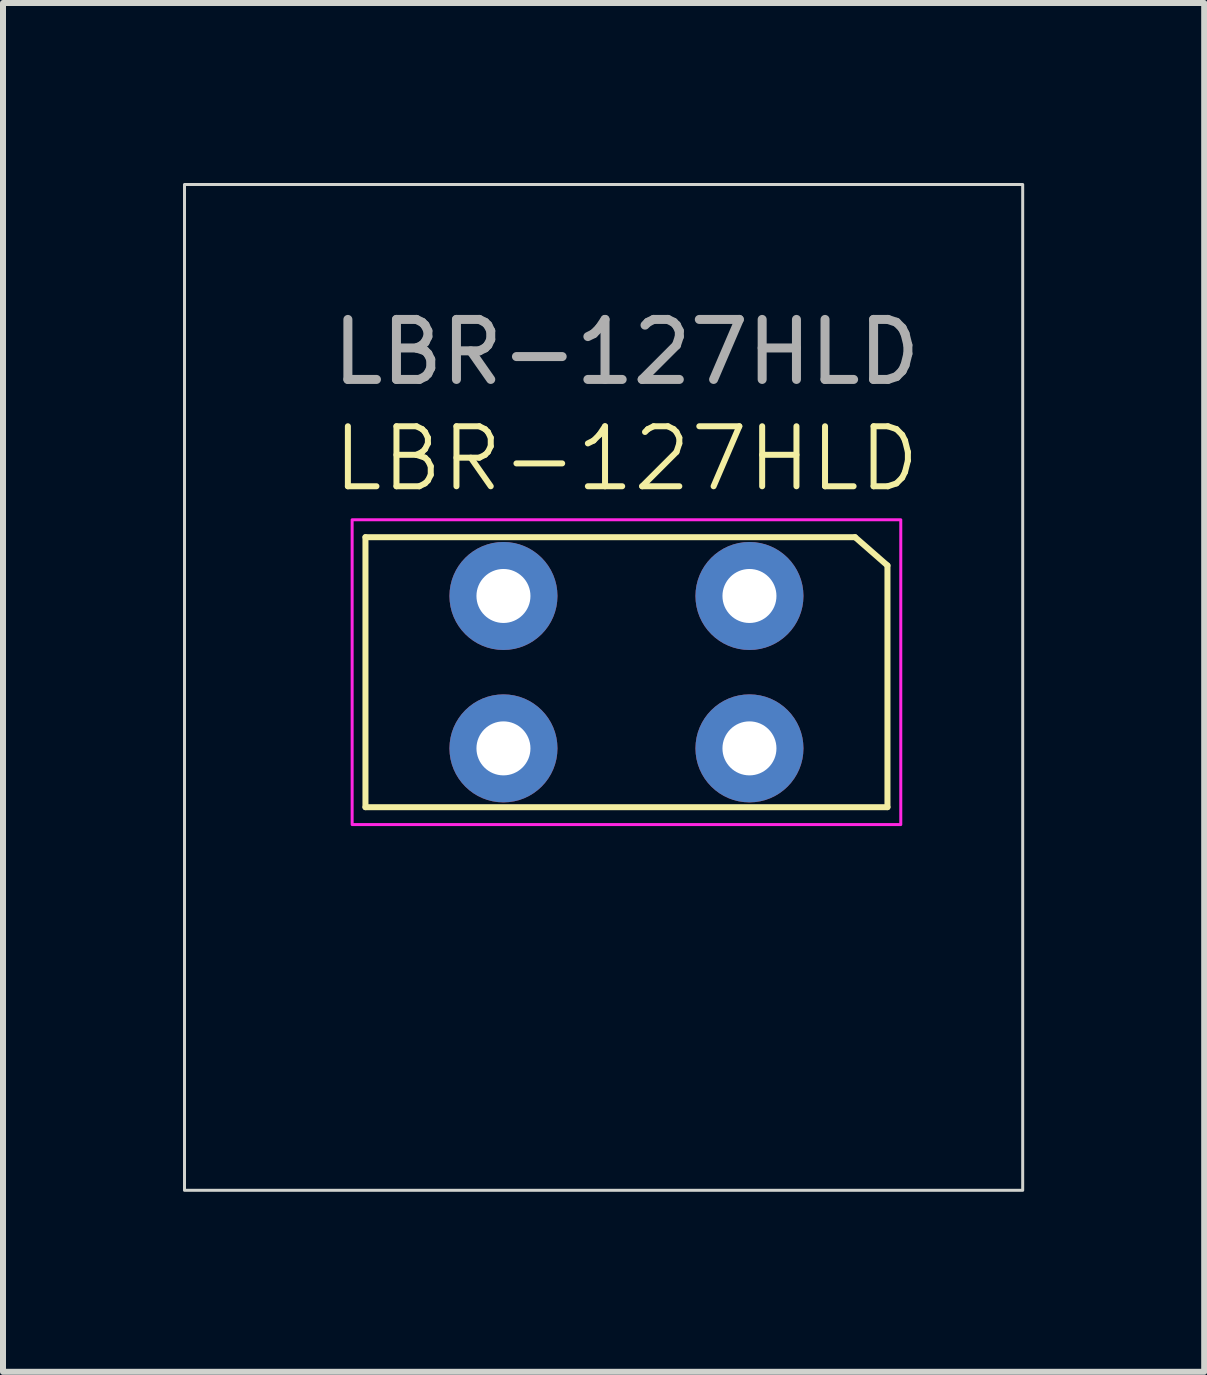
<source format=kicad_pcb>
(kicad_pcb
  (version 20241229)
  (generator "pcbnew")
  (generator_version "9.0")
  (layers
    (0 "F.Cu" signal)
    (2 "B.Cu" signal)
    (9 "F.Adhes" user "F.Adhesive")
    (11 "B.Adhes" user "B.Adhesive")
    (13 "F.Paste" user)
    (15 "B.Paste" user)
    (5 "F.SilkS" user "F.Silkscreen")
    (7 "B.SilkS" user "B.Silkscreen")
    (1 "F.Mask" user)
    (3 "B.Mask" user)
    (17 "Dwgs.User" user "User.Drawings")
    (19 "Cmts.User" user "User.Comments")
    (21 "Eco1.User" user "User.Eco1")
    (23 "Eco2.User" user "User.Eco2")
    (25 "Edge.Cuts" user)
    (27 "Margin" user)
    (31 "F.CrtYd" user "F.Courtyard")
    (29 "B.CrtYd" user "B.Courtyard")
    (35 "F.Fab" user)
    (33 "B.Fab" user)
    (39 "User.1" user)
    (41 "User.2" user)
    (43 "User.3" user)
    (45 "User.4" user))
  (footprint "LBR-127HLD"
    (layer "F.Cu")
    (at 7.391 8.153)
    (property "Reference" "LBR-127HLD" (at 0 -3.556 0) (unlocked yes) (layer "F.SilkS") (effects (font (size 1 1) (thickness 0.1))))
    (attr through_hole)
    (fp_line (start -4.35 -2.25) (end -4.35 2.25) (stroke (width 0.1) (type default)) (layer "F.SilkS"))
    (fp_line (start -4.35 2.25) (end 4.35 2.25) (stroke (width 0.1) (type default)) (layer "F.SilkS"))
    (fp_line (start 3.81 -2.25) (end -4.35 -2.25) (stroke (width 0.1) (type default)) (layer "F.SilkS"))
    (fp_line (start 3.81 -2.25) (end 4.35 -1.778) (stroke (width 0.1) (type default)) (layer "F.SilkS"))
    (fp_line (start 4.35 2.25) (end 4.35 -1.778) (stroke (width 0.1) (type default)) (layer "F.SilkS"))
    (fp_rect (start -7.366 -8.128) (end 6.604 8.636) (stroke (width 0.05) (type default)) (fill no) (layer "Edge.Cuts"))
    (fp_rect (start -4.572 -2.54) (end 4.572 2.54) (stroke (width 0.05) (type default)) (fill no) (layer "F.CrtYd"))
    (fp_text user "${REFERENCE}" (at 0 -5.334 0) (unlocked yes) (layer "F.Fab") (effects (font (size 1 1) (thickness 0.15))))
    (pad "1" thru_hole circle (at 2.05 -1.27) (size 1.8 1.8) (drill 0.9) (layers "*.Cu" "*.Mask"))
    (pad "2" thru_hole circle (at 2.05 1.27) (size 1.8 1.8) (drill 0.9) (layers "*.Cu" "*.Mask"))
    (pad "3" thru_hole circle (at -2.05 -1.27) (size 1.8 1.8) (drill 0.9) (layers "*.Cu" "*.Mask"))
    (pad "4" thru_hole circle (at -2.05 1.27) (size 1.8 1.8) (drill 0.9) (layers "*.Cu" "*.Mask")))
  (gr_rect
    (start -3 -3)
    (end 17.02 19.814)
    (stroke (width 0.1) (type default))
    (fill no)
    (layer "Edge.Cuts")))
</source>
